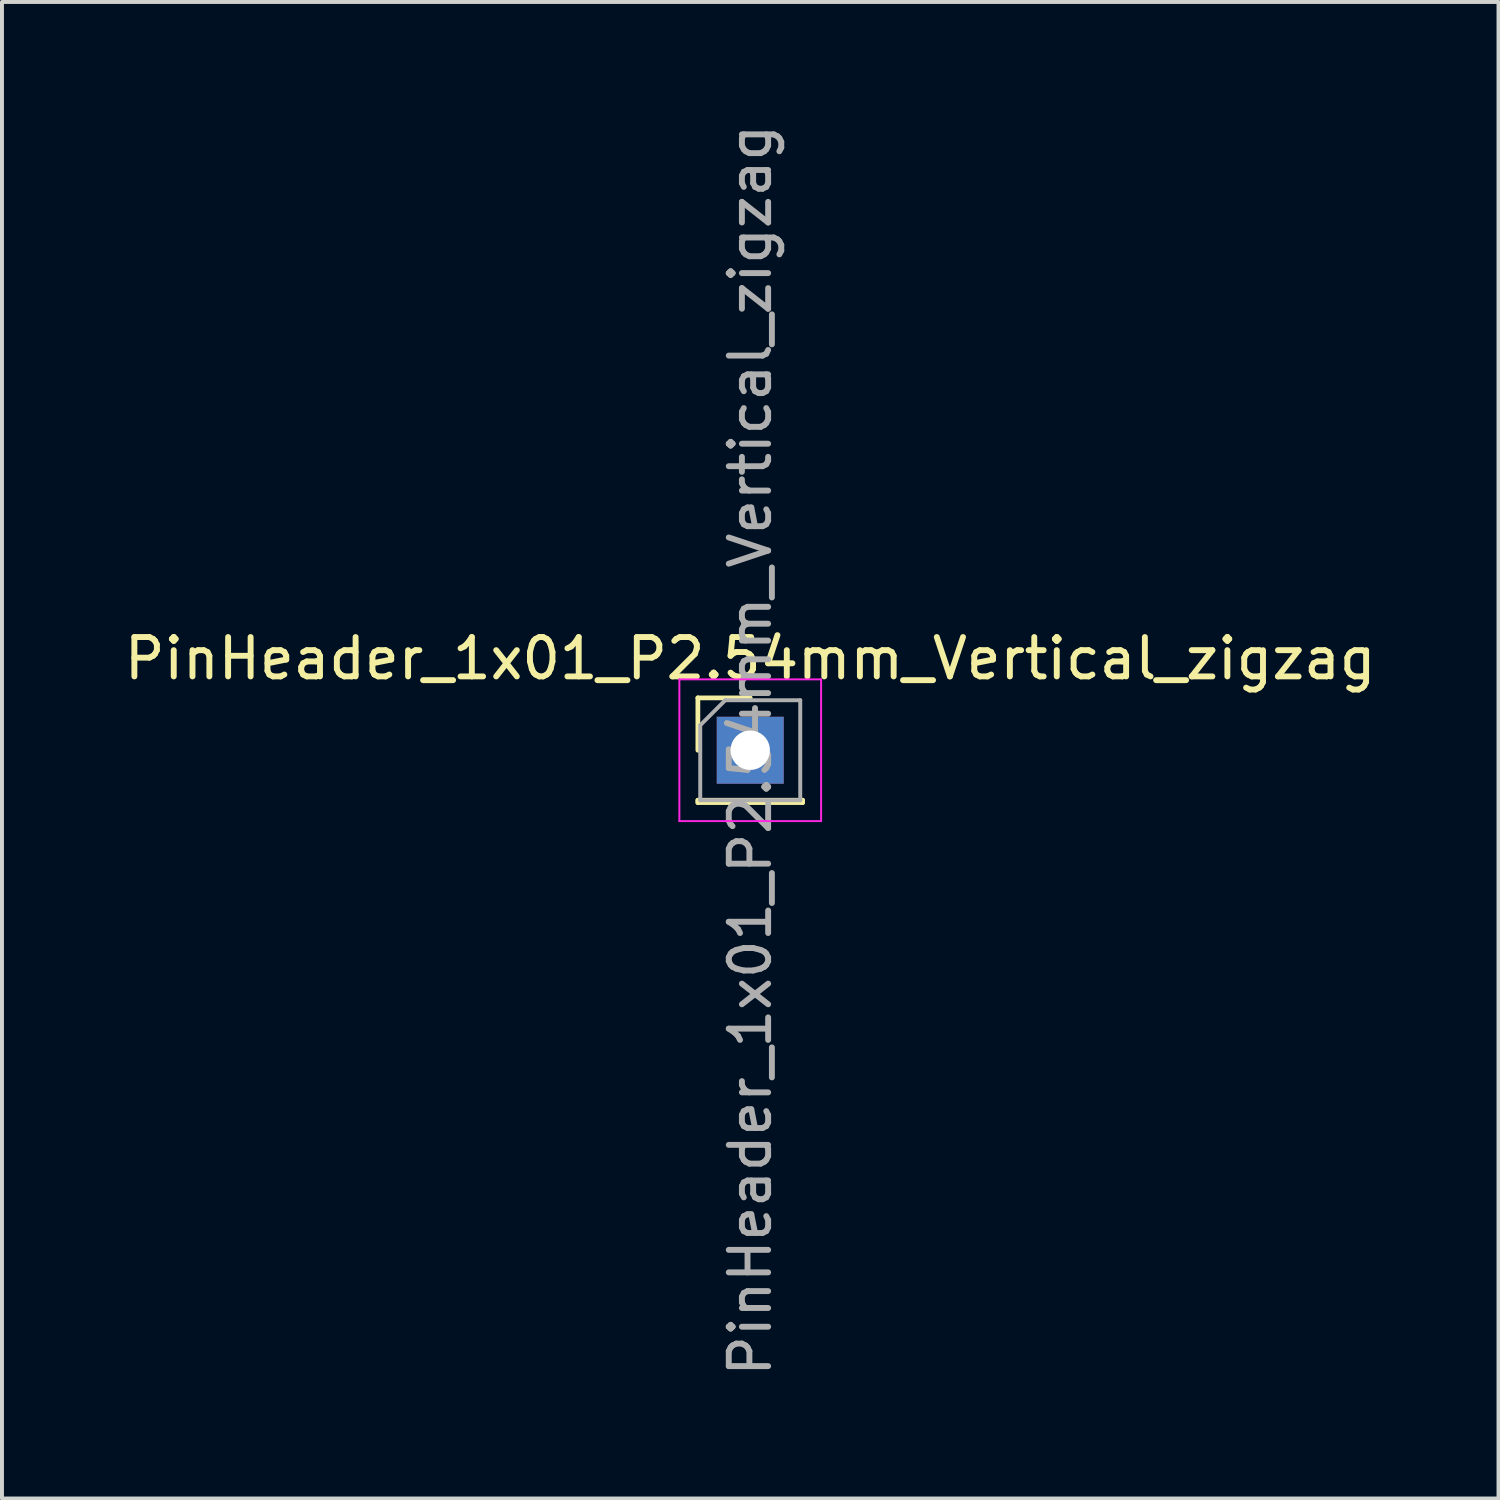
<source format=kicad_pcb>
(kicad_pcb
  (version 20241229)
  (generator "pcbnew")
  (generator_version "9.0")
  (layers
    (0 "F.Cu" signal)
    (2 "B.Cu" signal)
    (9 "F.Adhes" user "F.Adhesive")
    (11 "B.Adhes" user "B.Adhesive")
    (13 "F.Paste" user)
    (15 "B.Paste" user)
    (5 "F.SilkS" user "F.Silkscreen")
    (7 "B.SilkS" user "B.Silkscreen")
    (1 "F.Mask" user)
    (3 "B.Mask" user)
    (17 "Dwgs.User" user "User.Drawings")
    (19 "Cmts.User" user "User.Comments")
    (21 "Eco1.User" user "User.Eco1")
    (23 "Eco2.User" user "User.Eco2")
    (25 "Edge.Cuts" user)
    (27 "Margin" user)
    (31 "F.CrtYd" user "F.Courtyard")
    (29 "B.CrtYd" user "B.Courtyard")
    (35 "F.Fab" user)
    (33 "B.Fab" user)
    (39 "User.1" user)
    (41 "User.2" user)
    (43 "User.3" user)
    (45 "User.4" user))
  (footprint "PinHeader_1x01_P2.54mm_Vertical_zigzag"
    (layer "F.Cu")
    (at 16.006 16.006)
    (property "Reference" "PinHeader_1x01_P2.54mm_Vertical_zigzag" (at 0 -2.33 0) (layer "F.SilkS") (effects (font (size 1 1) (thickness 0.15))))
    (attr through_hole)
    (fp_line (start -1.33 -1.33) (end 0 -1.33) (stroke (width 0.12) (type solid)) (layer "F.SilkS"))
    (fp_line (start -1.33 0) (end -1.33 -1.33) (stroke (width 0.12) (type solid)) (layer "F.SilkS"))
    (fp_line (start -1.33 1.27) (end -1.33 1.33) (stroke (width 0.12) (type solid)) (layer "F.SilkS"))
    (fp_line (start -1.33 1.27) (end 1.33 1.27) (stroke (width 0.12) (type solid)) (layer "F.SilkS"))
    (fp_line (start -1.33 1.33) (end 1.33 1.33) (stroke (width 0.12) (type solid)) (layer "F.SilkS"))
    (fp_line (start 1.33 1.27) (end 1.33 1.33) (stroke (width 0.12) (type solid)) (layer "F.SilkS"))
    (fp_line (start -1.8 -1.8) (end -1.8 1.8) (stroke (width 0.05) (type solid)) (layer "F.CrtYd"))
    (fp_line (start -1.8 1.8) (end 1.8 1.8) (stroke (width 0.05) (type solid)) (layer "F.CrtYd"))
    (fp_line (start 1.8 -1.8) (end -1.8 -1.8) (stroke (width 0.05) (type solid)) (layer "F.CrtYd"))
    (fp_line (start 1.8 1.8) (end 1.8 -1.8) (stroke (width 0.05) (type solid)) (layer "F.CrtYd"))
    (fp_line (start -1.27 -0.635) (end -0.635 -1.27) (stroke (width 0.1) (type solid)) (layer "F.Fab"))
    (fp_line (start -1.27 1.27) (end -1.27 -0.635) (stroke (width 0.1) (type solid)) (layer "F.Fab"))
    (fp_line (start -0.635 -1.27) (end 1.27 -1.27) (stroke (width 0.1) (type solid)) (layer "F.Fab"))
    (fp_line (start 1.27 -1.27) (end 1.27 1.27) (stroke (width 0.1) (type solid)) (layer "F.Fab"))
    (fp_line (start 1.27 1.27) (end -1.27 1.27) (stroke (width 0.1) (type solid)) (layer "F.Fab"))
    (fp_text user "${REFERENCE}" (at 0 0 90) (layer "F.Fab") (effects (font (size 1 1) (thickness 0.15))))
    (pad "1" thru_hole rect (at 0 0) (size 1.7 1.7) (drill 1) (layers "*.Cu" "*.Mask")))
  (gr_rect
    (start -3 -3)
    (end 35.012 35.012)
    (stroke (width 0.1) (type default))
    (fill no)
    (layer "Edge.Cuts")))
</source>
